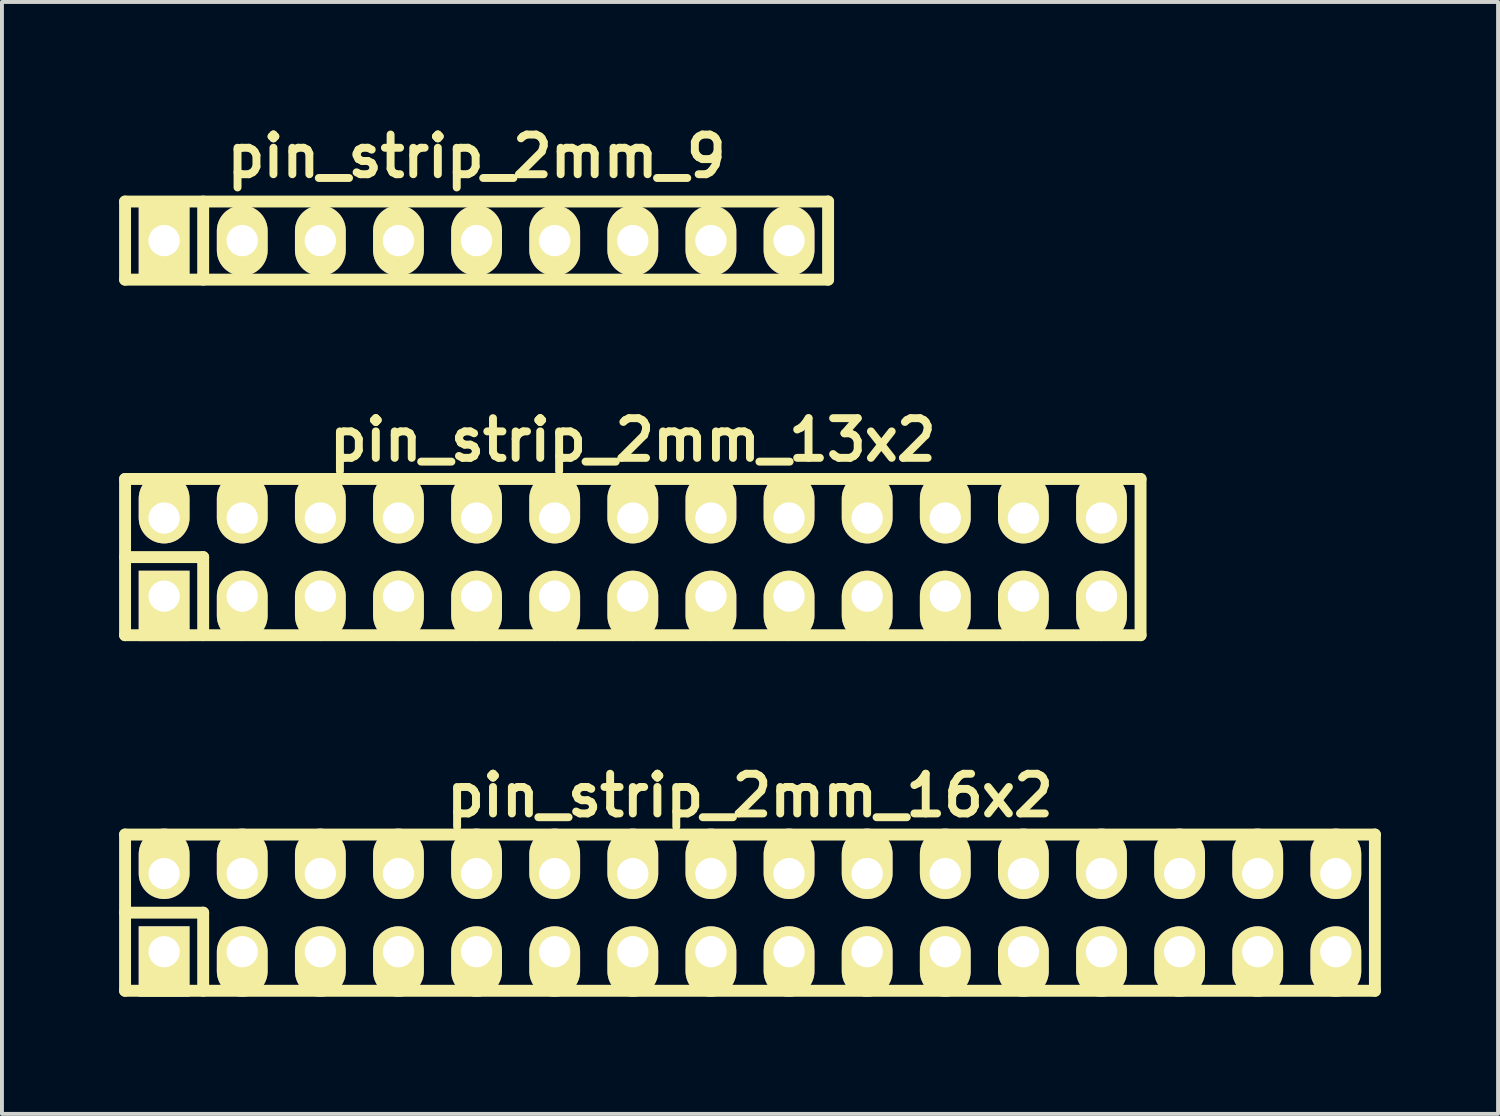
<source format=kicad_pcb>
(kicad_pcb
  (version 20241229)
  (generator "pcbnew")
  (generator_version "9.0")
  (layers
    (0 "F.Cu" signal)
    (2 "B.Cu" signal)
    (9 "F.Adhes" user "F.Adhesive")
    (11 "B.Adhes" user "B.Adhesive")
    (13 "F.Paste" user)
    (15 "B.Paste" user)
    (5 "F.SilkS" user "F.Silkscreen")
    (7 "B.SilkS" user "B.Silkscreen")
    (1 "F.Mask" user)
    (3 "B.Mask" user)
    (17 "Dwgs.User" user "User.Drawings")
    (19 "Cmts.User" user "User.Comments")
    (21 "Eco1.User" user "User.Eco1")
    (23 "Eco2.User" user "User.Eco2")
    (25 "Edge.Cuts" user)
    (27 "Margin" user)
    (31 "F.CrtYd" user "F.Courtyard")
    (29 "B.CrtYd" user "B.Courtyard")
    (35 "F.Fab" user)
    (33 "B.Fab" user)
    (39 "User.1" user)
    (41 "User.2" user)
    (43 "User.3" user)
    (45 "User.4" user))
  (footprint "pin_strip_2mm_16x2"
    (layer "F.Cu")
    (at 16.152 20.317)
    (property "Reference" "pin_strip_2mm_16x2" (at 0 -3 0) (layer "F.SilkS") (effects (font (size 1.016 1.016) (thickness 0.203))))
    (attr through_hole)
    (fp_line (start -16 -2) (end 16 -2) (stroke (width 0.305) (type solid)) (layer "F.SilkS"))
    (fp_line (start -16 0) (end -14 0) (stroke (width 0.305) (type solid)) (layer "F.SilkS"))
    (fp_line (start -16 2) (end -16 -2) (stroke (width 0.305) (type solid)) (layer "F.SilkS"))
    (fp_line (start -14 0) (end -14 2) (stroke (width 0.305) (type solid)) (layer "F.SilkS"))
    (fp_line (start 16 -2) (end 16 2) (stroke (width 0.305) (type solid)) (layer "F.SilkS"))
    (fp_line (start 16 2) (end -16 2) (stroke (width 0.305) (type solid)) (layer "F.SilkS"))
    (pad "1" thru_hole rect (at -15 1) (size 1.3 1.8) (drill 0.8 (offset 0 0.25)) (layers "*.Cu" "*.Mask" "F.SilkS"))
    (pad "2" thru_hole oval (at -15 -1) (size 1.3 1.8) (drill 0.8 (offset 0 -0.25)) (layers "*.Cu" "*.Mask" "F.SilkS"))
    (pad "3" thru_hole oval (at -13 1) (size 1.3 1.8) (drill 0.8 (offset 0 0.25)) (layers "*.Cu" "*.Mask" "F.SilkS"))
    (pad "4" thru_hole oval (at -13 -1) (size 1.3 1.8) (drill 0.8 (offset 0 -0.25)) (layers "*.Cu" "*.Mask" "F.SilkS"))
    (pad "5" thru_hole oval (at -11 1) (size 1.3 1.8) (drill 0.8 (offset 0 0.25)) (layers "*.Cu" "*.Mask" "F.SilkS"))
    (pad "6" thru_hole oval (at -11 -1) (size 1.3 1.8) (drill 0.8 (offset 0 -0.25)) (layers "*.Cu" "*.Mask" "F.SilkS"))
    (pad "7" thru_hole oval (at -9 1) (size 1.3 1.8) (drill 0.8 (offset 0 0.25)) (layers "*.Cu" "*.Mask" "F.SilkS"))
    (pad "8" thru_hole oval (at -9 -1) (size 1.3 1.8) (drill 0.8 (offset 0 -0.25)) (layers "*.Cu" "*.Mask" "F.SilkS"))
    (pad "9" thru_hole oval (at -7 1) (size 1.3 1.8) (drill 0.8 (offset 0 0.25)) (layers "*.Cu" "*.Mask" "F.SilkS"))
    (pad "10" thru_hole oval (at -7 -1) (size 1.3 1.8) (drill 0.8 (offset 0 -0.25)) (layers "*.Cu" "*.Mask" "F.SilkS"))
    (pad "11" thru_hole oval (at -5 1) (size 1.3 1.8) (drill 0.8 (offset 0 0.25)) (layers "*.Cu" "*.Mask" "F.SilkS"))
    (pad "12" thru_hole oval (at -5 -1) (size 1.3 1.8) (drill 0.8 (offset 0 -0.25)) (layers "*.Cu" "*.Mask" "F.SilkS"))
    (pad "13" thru_hole oval (at -3 1) (size 1.3 1.8) (drill 0.8 (offset 0 0.25)) (layers "*.Cu" "*.Mask" "F.SilkS"))
    (pad "14" thru_hole oval (at -3 -1) (size 1.3 1.8) (drill 0.8 (offset 0 -0.25)) (layers "*.Cu" "*.Mask" "F.SilkS"))
    (pad "15" thru_hole oval (at -1 1) (size 1.3 1.8) (drill 0.8 (offset 0 0.25)) (layers "*.Cu" "*.Mask" "F.SilkS"))
    (pad "16" thru_hole oval (at -1 -1) (size 1.3 1.8) (drill 0.8 (offset 0 -0.25)) (layers "*.Cu" "*.Mask" "F.SilkS"))
    (pad "17" thru_hole oval (at 1 1) (size 1.3 1.8) (drill 0.8 (offset 0 0.25)) (layers "*.Cu" "*.Mask" "F.SilkS"))
    (pad "18" thru_hole oval (at 1 -1) (size 1.3 1.8) (drill 0.8 (offset 0 -0.25)) (layers "*.Cu" "*.Mask" "F.SilkS"))
    (pad "19" thru_hole oval (at 3 1) (size 1.3 1.8) (drill 0.8 (offset 0 0.25)) (layers "*.Cu" "*.Mask" "F.SilkS"))
    (pad "20" thru_hole oval (at 3 -1) (size 1.3 1.8) (drill 0.8 (offset 0 -0.25)) (layers "*.Cu" "*.Mask" "F.SilkS"))
    (pad "21" thru_hole oval (at 5 1) (size 1.3 1.8) (drill 0.8 (offset 0 0.25)) (layers "*.Cu" "*.Mask" "F.SilkS"))
    (pad "22" thru_hole oval (at 5 -1) (size 1.3 1.8) (drill 0.8 (offset 0 -0.25)) (layers "*.Cu" "*.Mask" "F.SilkS"))
    (pad "23" thru_hole oval (at 7 1) (size 1.3 1.8) (drill 0.8 (offset 0 0.25)) (layers "*.Cu" "*.Mask" "F.SilkS"))
    (pad "24" thru_hole oval (at 7 -1) (size 1.3 1.8) (drill 0.8 (offset 0 -0.25)) (layers "*.Cu" "*.Mask" "F.SilkS"))
    (pad "25" thru_hole oval (at 9 1) (size 1.3 1.8) (drill 0.8 (offset 0 0.25)) (layers "*.Cu" "*.Mask" "F.SilkS"))
    (pad "26" thru_hole oval (at 9 -1) (size 1.3 1.8) (drill 0.8 (offset 0 -0.25)) (layers "*.Cu" "*.Mask" "F.SilkS"))
    (pad "27" thru_hole oval (at 11 1) (size 1.3 1.8) (drill 0.8 (offset 0 0.25)) (layers "*.Cu" "*.Mask" "F.SilkS"))
    (pad "28" thru_hole oval (at 11 -1) (size 1.3 1.8) (drill 0.8 (offset 0 -0.25)) (layers "*.Cu" "*.Mask" "F.SilkS"))
    (pad "29" thru_hole oval (at 13 1) (size 1.3 1.8) (drill 0.8 (offset 0 0.25)) (layers "*.Cu" "*.Mask" "F.SilkS"))
    (pad "30" thru_hole oval (at 13 -1) (size 1.3 1.8) (drill 0.8 (offset 0 -0.25)) (layers "*.Cu" "*.Mask" "F.SilkS"))
    (pad "31" thru_hole oval (at 15 1) (size 1.3 1.8) (drill 0.8 (offset 0 0.25)) (layers "*.Cu" "*.Mask" "F.SilkS"))
    (pad "32" thru_hole oval (at 15 -1) (size 1.3 1.8) (drill 0.8 (offset 0 -0.25)) (layers "*.Cu" "*.Mask" "F.SilkS")))
  (footprint "pin_strip_2mm_9"
    (layer "F.Cu")
    (at 9.152 3.11)
    (property "Reference" "pin_strip_2mm_9" (at 0 -2.159 0) (layer "F.SilkS") (effects (font (size 1.016 1.016) (thickness 0.203))))
    (attr through_hole)
    (fp_line (start -9 -1) (end 9 -1) (stroke (width 0.305) (type solid)) (layer "F.SilkS"))
    (fp_line (start -9 1) (end -9 -1) (stroke (width 0.305) (type solid)) (layer "F.SilkS"))
    (fp_line (start -7 -1) (end -7 1) (stroke (width 0.305) (type solid)) (layer "F.SilkS"))
    (fp_line (start 9 -1) (end 9 1) (stroke (width 0.305) (type solid)) (layer "F.SilkS"))
    (fp_line (start 9 1) (end -9 1) (stroke (width 0.305) (type solid)) (layer "F.SilkS"))
    (pad "1" thru_hole rect (at -8 0) (size 1.3 1.8) (drill 0.8) (layers "*.Cu" "*.Mask" "F.SilkS"))
    (pad "2" thru_hole oval (at -6 0) (size 1.3 1.8) (drill 0.8) (layers "*.Cu" "*.Mask" "F.SilkS"))
    (pad "3" thru_hole oval (at -4 0) (size 1.3 1.8) (drill 0.8) (layers "*.Cu" "*.Mask" "F.SilkS"))
    (pad "4" thru_hole oval (at -2 0) (size 1.3 1.8) (drill 0.8) (layers "*.Cu" "*.Mask" "F.SilkS"))
    (pad "5" thru_hole oval (at 0 0) (size 1.3 1.8) (drill 0.8) (layers "*.Cu" "*.Mask" "F.SilkS"))
    (pad "6" thru_hole oval (at 2 0) (size 1.3 1.8) (drill 0.8) (layers "*.Cu" "*.Mask" "F.SilkS"))
    (pad "7" thru_hole oval (at 4 0) (size 1.3 1.8) (drill 0.8) (layers "*.Cu" "*.Mask" "F.SilkS"))
    (pad "8" thru_hole oval (at 6 0) (size 1.3 1.8) (drill 0.8) (layers "*.Cu" "*.Mask" "F.SilkS"))
    (pad "9" thru_hole oval (at 8 0) (size 1.3 1.8) (drill 0.8) (layers "*.Cu" "*.Mask" "F.SilkS")))
  (footprint "pin_strip_2mm_13x2"
    (layer "F.Cu")
    (at 13.152 11.213)
    (property "Reference" "pin_strip_2mm_13x2" (at 0 -3 0) (layer "F.SilkS") (effects (font (size 1.016 1.016) (thickness 0.203))))
    (attr through_hole)
    (fp_line (start -13 -2) (end 13 -2) (stroke (width 0.305) (type solid)) (layer "F.SilkS"))
    (fp_line (start -13 0) (end -11 0) (stroke (width 0.305) (type solid)) (layer "F.SilkS"))
    (fp_line (start -13 2) (end -13 -2) (stroke (width 0.305) (type solid)) (layer "F.SilkS"))
    (fp_line (start -11 0) (end -11 2) (stroke (width 0.305) (type solid)) (layer "F.SilkS"))
    (fp_line (start 13 -2) (end 13 2) (stroke (width 0.305) (type solid)) (layer "F.SilkS"))
    (fp_line (start 13 2) (end -13 2) (stroke (width 0.305) (type solid)) (layer "F.SilkS"))
    (pad "1" thru_hole rect (at -12 1) (size 1.3 1.8) (drill 0.8 (offset 0 0.25)) (layers "*.Cu" "*.Mask" "F.SilkS"))
    (pad "2" thru_hole oval (at -12 -1) (size 1.3 1.8) (drill 0.8 (offset 0 -0.25)) (layers "*.Cu" "*.Mask" "F.SilkS"))
    (pad "3" thru_hole oval (at -10 1) (size 1.3 1.8) (drill 0.8 (offset 0 0.25)) (layers "*.Cu" "*.Mask" "F.SilkS"))
    (pad "4" thru_hole oval (at -10 -1) (size 1.3 1.8) (drill 0.8 (offset 0 -0.25)) (layers "*.Cu" "*.Mask" "F.SilkS"))
    (pad "5" thru_hole oval (at -8 1) (size 1.3 1.8) (drill 0.8 (offset 0 0.25)) (layers "*.Cu" "*.Mask" "F.SilkS"))
    (pad "6" thru_hole oval (at -8 -1) (size 1.3 1.8) (drill 0.8 (offset 0 -0.25)) (layers "*.Cu" "*.Mask" "F.SilkS"))
    (pad "7" thru_hole oval (at -6 1) (size 1.3 1.8) (drill 0.8 (offset 0 0.25)) (layers "*.Cu" "*.Mask" "F.SilkS"))
    (pad "8" thru_hole oval (at -6 -1) (size 1.3 1.8) (drill 0.8 (offset 0 -0.25)) (layers "*.Cu" "*.Mask" "F.SilkS"))
    (pad "9" thru_hole oval (at -4 1) (size 1.3 1.8) (drill 0.8 (offset 0 0.25)) (layers "*.Cu" "*.Mask" "F.SilkS"))
    (pad "10" thru_hole oval (at -4 -1) (size 1.3 1.8) (drill 0.8 (offset 0 -0.25)) (layers "*.Cu" "*.Mask" "F.SilkS"))
    (pad "11" thru_hole oval (at -2 1) (size 1.3 1.8) (drill 0.8 (offset 0 0.25)) (layers "*.Cu" "*.Mask" "F.SilkS"))
    (pad "12" thru_hole oval (at -2 -1) (size 1.3 1.8) (drill 0.8 (offset 0 -0.25)) (layers "*.Cu" "*.Mask" "F.SilkS"))
    (pad "13" thru_hole oval (at 0 1) (size 1.3 1.8) (drill 0.8 (offset 0 0.25)) (layers "*.Cu" "*.Mask" "F.SilkS"))
    (pad "14" thru_hole oval (at 0 -1) (size 1.3 1.8) (drill 0.8 (offset 0 -0.25)) (layers "*.Cu" "*.Mask" "F.SilkS"))
    (pad "15" thru_hole oval (at 2 1) (size 1.3 1.8) (drill 0.8 (offset 0 0.25)) (layers "*.Cu" "*.Mask" "F.SilkS"))
    (pad "16" thru_hole oval (at 2 -1) (size 1.3 1.8) (drill 0.8 (offset 0 -0.25)) (layers "*.Cu" "*.Mask" "F.SilkS"))
    (pad "17" thru_hole oval (at 4 1) (size 1.3 1.8) (drill 0.8 (offset 0 0.25)) (layers "*.Cu" "*.Mask" "F.SilkS"))
    (pad "18" thru_hole oval (at 4 -1) (size 1.3 1.8) (drill 0.8 (offset 0 -0.25)) (layers "*.Cu" "*.Mask" "F.SilkS"))
    (pad "19" thru_hole oval (at 6 1) (size 1.3 1.8) (drill 0.8 (offset 0 0.25)) (layers "*.Cu" "*.Mask" "F.SilkS"))
    (pad "20" thru_hole oval (at 6 -1) (size 1.3 1.8) (drill 0.8 (offset 0 -0.25)) (layers "*.Cu" "*.Mask" "F.SilkS"))
    (pad "21" thru_hole oval (at 8 1) (size 1.3 1.8) (drill 0.8 (offset 0 0.25)) (layers "*.Cu" "*.Mask" "F.SilkS"))
    (pad "22" thru_hole oval (at 8 -1) (size 1.3 1.8) (drill 0.8 (offset 0 -0.25)) (layers "*.Cu" "*.Mask" "F.SilkS"))
    (pad "23" thru_hole oval (at 10 1) (size 1.3 1.8) (drill 0.8 (offset 0 0.25)) (layers "*.Cu" "*.Mask" "F.SilkS"))
    (pad "24" thru_hole oval (at 10 -1) (size 1.3 1.8) (drill 0.8 (offset 0 -0.25)) (layers "*.Cu" "*.Mask" "F.SilkS"))
    (pad "25" thru_hole oval (at 12 1) (size 1.3 1.8) (drill 0.8 (offset 0 0.25)) (layers "*.Cu" "*.Mask" "F.SilkS"))
    (pad "26" thru_hole oval (at 12 -1) (size 1.3 1.8) (drill 0.8 (offset 0 -0.25)) (layers "*.Cu" "*.Mask" "F.SilkS")))
  (gr_rect
    (start -3 -3)
    (end 35.305 25.469)
    (stroke (width 0.1) (type default))
    (fill no)
    (layer "Edge.Cuts")))
</source>
